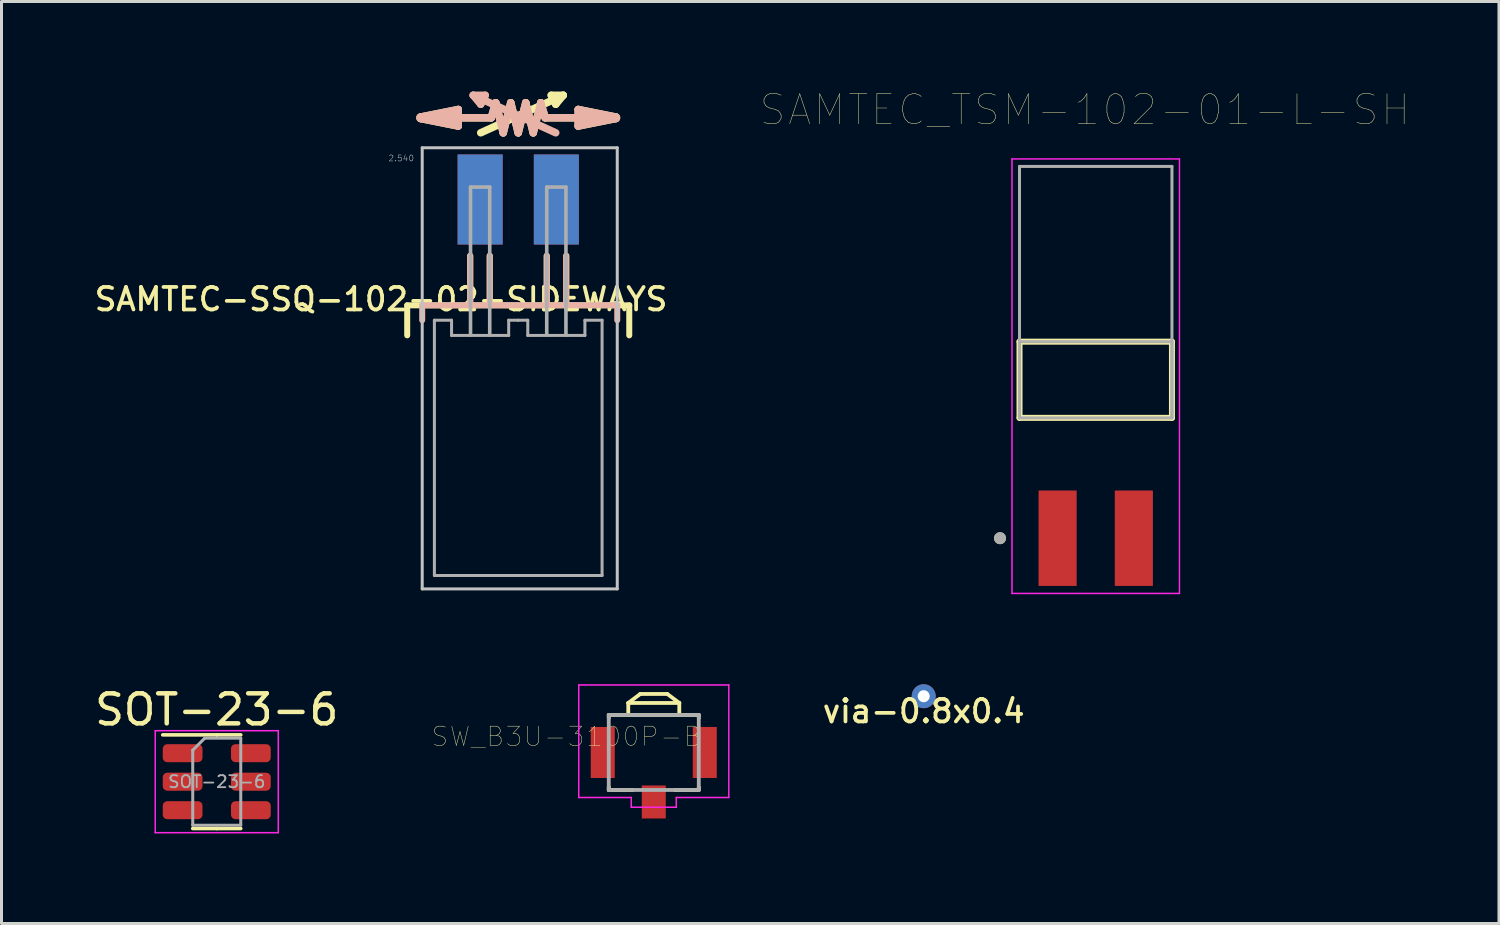
<source format=kicad_pcb>
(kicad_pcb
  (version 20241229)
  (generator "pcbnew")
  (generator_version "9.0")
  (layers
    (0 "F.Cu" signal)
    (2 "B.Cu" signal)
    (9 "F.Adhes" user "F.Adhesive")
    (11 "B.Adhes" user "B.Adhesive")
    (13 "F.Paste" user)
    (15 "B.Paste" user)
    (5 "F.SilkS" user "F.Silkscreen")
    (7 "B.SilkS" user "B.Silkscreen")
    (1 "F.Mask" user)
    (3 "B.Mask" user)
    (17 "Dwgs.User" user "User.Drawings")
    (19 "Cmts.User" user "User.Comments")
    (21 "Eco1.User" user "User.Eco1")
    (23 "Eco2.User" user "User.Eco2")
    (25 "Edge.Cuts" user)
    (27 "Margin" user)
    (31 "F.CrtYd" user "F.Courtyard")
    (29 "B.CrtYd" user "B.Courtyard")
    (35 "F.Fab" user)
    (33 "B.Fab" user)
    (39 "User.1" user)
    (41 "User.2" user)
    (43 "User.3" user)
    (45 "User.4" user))
  (footprint "SAMTEC_TSM-102-01-L-SH"
    (layer "F.Cu")
    (at 33.465 9.606)
    (property "Reference" "SAMTEC_TSM-102-01-L-SH" (at -0.365 -8.995 0) (layer "F.SilkS") (effects (font (size 1 1) (thickness 0.015))))
    (attr through_hole)
    (fp_line (start -2.54 1.27) (end -2.54 -1.27) (stroke (width 0.2) (type solid)) (layer "F.SilkS"))
    (fp_line (start 2.54 -1.27) (end -2.54 -1.27) (stroke (width 0.2) (type solid)) (layer "F.SilkS"))
    (fp_line (start 2.54 -1.27) (end 2.54 1.27) (stroke (width 0.2) (type solid)) (layer "F.SilkS"))
    (fp_line (start 2.54 1.27) (end -2.54 1.27) (stroke (width 0.2) (type solid)) (layer "F.SilkS"))
    (fp_circle (center -3.19 5.28) (end -3.09 5.28) (stroke (width 0.2) (type solid)) (fill no) (layer "F.SilkS"))
    (fp_line (start -2.79 -7.36) (end 2.79 -7.36) (stroke (width 0.05) (type solid)) (layer "F.CrtYd"))
    (fp_line (start -2.79 7.12) (end -2.79 -7.36) (stroke (width 0.05) (type solid)) (layer "F.CrtYd"))
    (fp_line (start 2.79 -7.36) (end 2.79 7.12) (stroke (width 0.05) (type solid)) (layer "F.CrtYd"))
    (fp_line (start 2.79 7.12) (end -2.79 7.12) (stroke (width 0.05) (type solid)) (layer "F.CrtYd"))
    (fp_line (start -2.54 -7.11) (end 2.54 -7.11) (stroke (width 0.1) (type solid)) (layer "F.Fab"))
    (fp_line (start -2.54 -1.27) (end 2.54 -1.27) (stroke (width 0.1) (type solid)) (layer "F.Fab"))
    (fp_line (start -2.54 1.27) (end -2.54 -7.11) (stroke (width 0.1) (type solid)) (layer "F.Fab"))
    (fp_line (start -2.54 1.27) (end -2.54 -1.27) (stroke (width 0.1) (type solid)) (layer "F.Fab"))
    (fp_line (start 2.54 -7.11) (end 2.54 1.27) (stroke (width 0.1) (type solid)) (layer "F.Fab"))
    (fp_line (start 2.54 -1.27) (end 2.54 1.27) (stroke (width 0.1) (type solid)) (layer "F.Fab"))
    (fp_line (start 2.54 1.27) (end -2.54 1.27) (stroke (width 0.1) (type solid)) (layer "F.Fab"))
    (fp_circle (center -3.19 5.28) (end -3.09 5.28) (stroke (width 0.2) (type solid)) (fill no) (layer "F.Fab"))
    (pad "01" smd rect (at -1.27 5.28) (size 1.27 3.18) (layers "F.Cu" "F.Mask" "F.Paste"))
    (pad "02" smd rect (at 1.27 5.28) (size 1.27 3.18) (layers "F.Cu" "F.Mask" "F.Paste")))
  (footprint "SAMTEC-SSQ-102-02-SIDEWAYS"
    (layer "F.Cu")
    (at 14.22 11.875)
    (property "Reference" "SAMTEC-SSQ-102-02-SIDEWAYS" (at -4.572 -4.953 0) (layer "F.SilkS") (effects (font (size 0.75 0.75) (thickness 0.125))))
    (attr through_hole)
    (fp_poly (pts (xy -2.1 -9.8) (xy -0.5 -9.8) (xy -0.5 -6.7) (xy -2.1 -6.7)) (stroke (width 0.01) (type solid)) (fill yes) (layer "F.Mask"))
    (fp_poly (pts (xy 0.5 -9.8) (xy 2.1 -9.8) (xy 2.1 -6.7) (xy 0.5 -6.7)) (stroke (width 0.01) (type solid)) (fill yes) (layer "F.Mask"))
    (fp_poly (pts (xy -2.1 -6.7) (xy -0.5 -6.7) (xy -0.5 -9.8) (xy -2.1 -9.8)) (stroke (width 0.01) (type solid)) (fill yes) (layer "B.Mask"))
    (fp_poly (pts (xy 0.5 -6.7) (xy 2.1 -6.7) (xy 2.1 -9.8) (xy 0.5 -9.8)) (stroke (width 0.01) (type solid)) (fill yes) (layer "B.Mask"))
    (fp_line (start -3.7 -4.75) (end 3.7 -4.75) (stroke (width 0.2) (type solid)) (layer "F.SilkS"))
    (fp_line (start -3.7 -3.75) (end -3.7 -4.75) (stroke (width 0.2) (type solid)) (layer "F.SilkS"))
    (fp_line (start -3.25 -11) (end -2 -11) (stroke (width 0.3) (type solid)) (layer "F.SilkS"))
    (fp_line (start -3.25 -10.975) (end -2 -10.725) (stroke (width 0.25) (type solid)) (layer "F.SilkS"))
    (fp_line (start -2 -11.275) (end -3.25 -11.025) (stroke (width 0.25) (type solid)) (layer "F.SilkS"))
    (fp_line (start -2 -11.275) (end -2 -10.725) (stroke (width 0.25) (type solid)) (layer "F.SilkS"))
    (fp_line (start -2 -11) (end -0.9 -11) (stroke (width 0.25) (type solid)) (layer "F.SilkS"))
    (fp_line (start -1.6 -6.4) (end -1.6 -4.75) (stroke (width 0.2) (type solid)) (layer "F.SilkS"))
    (fp_line (start -1.25 -10.5) (end 1.5 -11.75) (stroke (width 0.25) (type solid)) (layer "F.SilkS"))
    (fp_line (start -0.95 -6.4) (end -0.95 -4.75) (stroke (width 0.2) (type solid)) (layer "F.SilkS"))
    (fp_line (start -0.9 -11) (end -0.75 -11.5) (stroke (width 0.25) (type solid)) (layer "F.SilkS"))
    (fp_line (start -0.75 -11.5) (end -0.5 -10.5) (stroke (width 0.25) (type solid)) (layer "F.SilkS"))
    (fp_line (start -0.5 -10.5) (end -0.25 -11.5) (stroke (width 0.25) (type solid)) (layer "F.SilkS"))
    (fp_line (start -0.25 -11.5) (end 0 -10.5) (stroke (width 0.25) (type solid)) (layer "F.SilkS"))
    (fp_line (start 0 -10.5) (end 0.25 -11.5) (stroke (width 0.25) (type solid)) (layer "F.SilkS"))
    (fp_line (start 0.25 -11.5) (end 0.5 -10.5) (stroke (width 0.25) (type solid)) (layer "F.SilkS"))
    (fp_line (start 0.5 -10.5) (end 0.75 -11.5) (stroke (width 0.25) (type solid)) (layer "F.SilkS"))
    (fp_line (start 0.75 -11.5) (end 0.9 -11) (stroke (width 0.25) (type solid)) (layer "F.SilkS"))
    (fp_line (start 0.9 -11) (end 2 -11) (stroke (width 0.25) (type solid)) (layer "F.SilkS"))
    (fp_line (start 0.95 -6.4) (end 0.95 -4.75) (stroke (width 0.2) (type solid)) (layer "F.SilkS"))
    (fp_line (start 1.1 -11.75) (end 1.25 -11.45) (stroke (width 0.25) (type solid)) (layer "F.SilkS"))
    (fp_line (start 1.1 -11.75) (end 1.5 -11.75) (stroke (width 0.25) (type solid)) (layer "F.SilkS"))
    (fp_line (start 1.5 -11.75) (end 1.25 -11.45) (stroke (width 0.25) (type solid)) (layer "F.SilkS"))
    (fp_line (start 1.6 -6.4) (end 1.6 -4.75) (stroke (width 0.2) (type solid)) (layer "F.SilkS"))
    (fp_line (start 2 -11) (end 3.25 -11) (stroke (width 0.3) (type solid)) (layer "F.SilkS"))
    (fp_line (start 2 -10.725) (end 2 -11.275) (stroke (width 0.25) (type solid)) (layer "F.SilkS"))
    (fp_line (start 2 -10.725) (end 3.25 -10.975) (stroke (width 0.25) (type solid)) (layer "F.SilkS"))
    (fp_line (start 3.25 -11.025) (end 2 -11.275) (stroke (width 0.25) (type solid)) (layer "F.SilkS"))
    (fp_line (start 3.7 -3.75) (end 3.7 -4.75) (stroke (width 0.2) (type solid)) (layer "F.SilkS"))
    (fp_line (start -3.25 -11.025) (end -2 -11.275) (stroke (width 0.25) (type solid)) (layer "B.SilkS"))
    (fp_line (start -3.2 -4.255) (end -3.2 -4.755) (stroke (width 0.2) (type solid)) (layer "B.SilkS"))
    (fp_line (start -2 -11) (end -3.25 -11) (stroke (width 0.3) (type solid)) (layer "B.SilkS"))
    (fp_line (start -2 -10.725) (end -3.25 -10.975) (stroke (width 0.25) (type solid)) (layer "B.SilkS"))
    (fp_line (start -2 -10.725) (end -2 -11.275) (stroke (width 0.25) (type solid)) (layer "B.SilkS"))
    (fp_line (start -1.6 -6.405) (end -1.6 -4.755) (stroke (width 0.2) (type solid)) (layer "B.SilkS"))
    (fp_line (start -1.5 -11.75) (end -1.25 -11.45) (stroke (width 0.25) (type solid)) (layer "B.SilkS"))
    (fp_line (start -1.1 -11.75) (end -1.5 -11.75) (stroke (width 0.25) (type solid)) (layer "B.SilkS"))
    (fp_line (start -1.1 -11.75) (end -1.25 -11.45) (stroke (width 0.25) (type solid)) (layer "B.SilkS"))
    (fp_line (start -0.95 -6.405) (end -0.95 -4.755) (stroke (width 0.2) (type solid)) (layer "B.SilkS"))
    (fp_line (start -0.9 -11) (end -2 -11) (stroke (width 0.25) (type solid)) (layer "B.SilkS"))
    (fp_line (start -0.75 -11.5) (end -0.9 -11) (stroke (width 0.25) (type solid)) (layer "B.SilkS"))
    (fp_line (start -0.5 -10.5) (end -0.75 -11.5) (stroke (width 0.25) (type solid)) (layer "B.SilkS"))
    (fp_line (start -0.25 -11.5) (end -0.5 -10.5) (stroke (width 0.25) (type solid)) (layer "B.SilkS"))
    (fp_line (start 0 -10.5) (end -0.25 -11.5) (stroke (width 0.25) (type solid)) (layer "B.SilkS"))
    (fp_line (start 0.25 -11.5) (end 0 -10.5) (stroke (width 0.25) (type solid)) (layer "B.SilkS"))
    (fp_line (start 0.5 -10.5) (end 0.25 -11.5) (stroke (width 0.25) (type solid)) (layer "B.SilkS"))
    (fp_line (start 0.75 -11.5) (end 0.5 -10.5) (stroke (width 0.25) (type solid)) (layer "B.SilkS"))
    (fp_line (start 0.9 -11) (end 0.75 -11.5) (stroke (width 0.25) (type solid)) (layer "B.SilkS"))
    (fp_line (start 0.95 -6.405) (end 0.95 -4.755) (stroke (width 0.2) (type solid)) (layer "B.SilkS"))
    (fp_line (start 1.25 -10.5) (end -1.5 -11.75) (stroke (width 0.25) (type solid)) (layer "B.SilkS"))
    (fp_line (start 1.6 -6.405) (end 1.6 -4.755) (stroke (width 0.2) (type solid)) (layer "B.SilkS"))
    (fp_line (start 2 -11.275) (end 2 -10.725) (stroke (width 0.25) (type solid)) (layer "B.SilkS"))
    (fp_line (start 2 -11.275) (end 3.25 -11.025) (stroke (width 0.25) (type solid)) (layer "B.SilkS"))
    (fp_line (start 2 -11) (end 0.9 -11) (stroke (width 0.25) (type solid)) (layer "B.SilkS"))
    (fp_line (start 3.25 -11) (end 2 -11) (stroke (width 0.3) (type solid)) (layer "B.SilkS"))
    (fp_line (start 3.25 -10.975) (end 2 -10.725) (stroke (width 0.25) (type solid)) (layer "B.SilkS"))
    (fp_line (start 3.3 -4.755) (end -3.2 -4.75) (stroke (width 0.2) (type solid)) (layer "B.SilkS"))
    (fp_line (start 3.3 -4.255) (end 3.3 -4.755) (stroke (width 0.2) (type solid)) (layer "B.SilkS"))
    (fp_poly (pts (xy -2.1 -9.8) (xy -0.5 -9.8) (xy -0.5 -6.7) (xy -2.1 -6.7)) (stroke (width 0.01) (type solid)) (fill yes) (layer "F.Paste"))
    (fp_poly (pts (xy 0.5 -9.81) (xy 2 -9.8) (xy 2 -6.8) (xy 0.5 -6.8)) (stroke (width 0.01) (type solid)) (fill yes) (layer "F.Paste"))
    (fp_line (start -3.2 -10) (end -3.2 4.7) (stroke (width 0.1) (type solid)) (layer "Dwgs.User"))
    (fp_line (start -3.2 -10) (end 3.3 -10) (stroke (width 0.1) (type solid)) (layer "Dwgs.User"))
    (fp_line (start -3.2 4.7) (end 3.3 4.7) (stroke (width 0.1) (type solid)) (layer "Dwgs.User"))
    (fp_line (start 3.3 4.7) (end 3.3 -10) (stroke (width 0.1) (type solid)) (layer "Dwgs.User"))
    (fp_line (start -2.794 4.254) (end -2.794 -4.254) (stroke (width 0.1) (type solid)) (layer "F.Fab"))
    (fp_line (start -2.222 -4.254) (end -2.794 -4.254) (stroke (width 0.1) (type solid)) (layer "F.Fab"))
    (fp_line (start -2.222 -3.746) (end -2.222 -4.254) (stroke (width 0.1) (type solid)) (layer "F.Fab"))
    (fp_line (start -1.59 -8.69) (end -0.95 -8.69) (stroke (width 0.12) (type solid)) (layer "F.Fab"))
    (fp_line (start -1.59 -3.76) (end -1.59 -8.69) (stroke (width 0.12) (type solid)) (layer "F.Fab"))
    (fp_line (start -0.95 -3.76) (end -0.95 -8.69) (stroke (width 0.12) (type solid)) (layer "F.Fab"))
    (fp_line (start -0.318 -4.254) (end -0.318 -3.746) (stroke (width 0.1) (type solid)) (layer "F.Fab"))
    (fp_line (start -0.318 -3.746) (end -2.222 -3.746) (stroke (width 0.1) (type solid)) (layer "F.Fab"))
    (fp_line (start 0 -4.254) (end -0.318 -4.254) (stroke (width 0.1) (type solid)) (layer "F.Fab"))
    (fp_line (start 0 -4.254) (end 0.318 -4.254) (stroke (width 0.1) (type solid)) (layer "F.Fab"))
    (fp_line (start 0 4.254) (end -2.794 4.254) (stroke (width 0.1) (type solid)) (layer "F.Fab"))
    (fp_line (start 0 4.254) (end 2.794 4.254) (stroke (width 0.1) (type solid)) (layer "F.Fab"))
    (fp_line (start 0.318 -4.254) (end 0.318 -3.746) (stroke (width 0.1) (type solid)) (layer "F.Fab"))
    (fp_line (start 0.318 -3.746) (end 2.222 -3.746) (stroke (width 0.1) (type solid)) (layer "F.Fab"))
    (fp_line (start 0.95 -8.69) (end 1.59 -8.69) (stroke (width 0.12) (type solid)) (layer "F.Fab"))
    (fp_line (start 0.95 -3.76) (end 0.95 -8.69) (stroke (width 0.12) (type solid)) (layer "F.Fab"))
    (fp_line (start 1.59 -3.76) (end 1.59 -8.69) (stroke (width 0.12) (type solid)) (layer "F.Fab"))
    (fp_line (start 2.222 -4.254) (end 2.794 -4.254) (stroke (width 0.1) (type solid)) (layer "F.Fab"))
    (fp_line (start 2.222 -3.746) (end 2.222 -4.254) (stroke (width 0.1) (type solid)) (layer "F.Fab"))
    (fp_line (start 2.794 4.254) (end 2.794 -4.254) (stroke (width 0.1) (type solid)) (layer "F.Fab"))
    (fp_text user "2.540" (at -3.899 -9.652 0) (layer "Dwgs.User") (effects (font (size 0.2 0.2) (thickness 0.015))))
    (pad "1" smd rect (at -1.27 -8.277) (size 1.5 3) (layers "F.Cu" "F.Paste"))
    (pad "2" smd rect (at -1.27 -8.277) (size 1.5 3) (layers "B.Cu" "B.Paste"))
    (pad "3" smd rect (at 1.27 -8.277) (size 1.5 3) (layers "F.Cu" "F.Paste"))
    (pad "4" smd rect (at 1.27 -8.277) (size 1.5 3) (layers "B.Cu" "B.Paste")))
  (footprint "SOT-23-6"
    (layer "F.Cu")
    (at 4.173 23)
    (property "Reference" "SOT-23-6" (at 0 -2.4 0) (layer "F.SilkS") (effects (font (size 1 1) (thickness 0.15))))
    (attr smd)
    (fp_line (start 0 -1.56) (end -1.8 -1.56) (stroke (width 0.12) (type solid)) (layer "F.SilkS"))
    (fp_line (start 0 -1.56) (end 0.8 -1.56) (stroke (width 0.12) (type solid)) (layer "F.SilkS"))
    (fp_line (start 0 1.56) (end -0.8 1.56) (stroke (width 0.12) (type solid)) (layer "F.SilkS"))
    (fp_line (start 0 1.56) (end 0.8 1.56) (stroke (width 0.12) (type solid)) (layer "F.SilkS"))
    (fp_line (start -2.05 -1.7) (end -2.05 1.7) (stroke (width 0.05) (type solid)) (layer "F.CrtYd"))
    (fp_line (start -2.05 1.7) (end 2.05 1.7) (stroke (width 0.05) (type solid)) (layer "F.CrtYd"))
    (fp_line (start 2.05 -1.7) (end -2.05 -1.7) (stroke (width 0.05) (type solid)) (layer "F.CrtYd"))
    (fp_line (start 2.05 1.7) (end 2.05 -1.7) (stroke (width 0.05) (type solid)) (layer "F.CrtYd"))
    (fp_line (start -0.8 -1.05) (end -0.4 -1.45) (stroke (width 0.1) (type solid)) (layer "F.Fab"))
    (fp_line (start -0.8 1.45) (end -0.8 -1.05) (stroke (width 0.1) (type solid)) (layer "F.Fab"))
    (fp_line (start -0.4 -1.45) (end 0.8 -1.45) (stroke (width 0.1) (type solid)) (layer "F.Fab"))
    (fp_line (start 0.8 -1.45) (end 0.8 1.45) (stroke (width 0.1) (type solid)) (layer "F.Fab"))
    (fp_line (start 0.8 1.45) (end -0.8 1.45) (stroke (width 0.1) (type solid)) (layer "F.Fab"))
    (fp_text user "${REFERENCE}" (at 0 0 0) (layer "F.Fab") (effects (font (size 0.4 0.4) (thickness 0.06))))
    (pad "1" smd roundrect (at -1.137 -0.95) (size 1.325 0.6) (layers "F.Cu" "F.Mask" "F.Paste") (roundrect_rratio 0.25))
    (pad "2" smd roundrect (at -1.137 0) (size 1.325 0.6) (layers "F.Cu" "F.Mask" "F.Paste") (roundrect_rratio 0.25))
    (pad "3" smd roundrect (at -1.137 0.95) (size 1.325 0.6) (layers "F.Cu" "F.Mask" "F.Paste") (roundrect_rratio 0.25))
    (pad "4" smd roundrect (at 1.137 0.95) (size 1.325 0.6) (layers "F.Cu" "F.Mask" "F.Paste") (roundrect_rratio 0.25))
    (pad "5" smd roundrect (at 1.137 0) (size 1.325 0.6) (layers "F.Cu" "F.Mask" "F.Paste") (roundrect_rratio 0.25))
    (pad "6" smd roundrect (at 1.137 -0.95) (size 1.325 0.6) (layers "F.Cu" "F.Mask" "F.Paste") (roundrect_rratio 0.25)))
  (footprint "via-0.8x0.4"
    (layer "F.Cu")
    (at 27.732 20.151)
    (property "Reference" "via-0.8x0.4" (at 0 0.5 0) (layer "F.SilkS") (effects (font (size 0.75 0.75) (thickness 0.125))))
    (attr through_hole)
    (pad "1" thru_hole circle (at 0 0) (size 0.8 0.8) (drill 0.4) (layers "*.Cu" "*.Mask")))
  (footprint "SW_B3U-3100P-B"
    (layer "F.Cu")
    (at 18.737 22.026)
    (property "Reference" "SW_B3U-3100P-B" (at -2.907 -0.532 180) (layer "F.SilkS") (effects (font (size 0.64 0.64) (thickness 0.015))))
    (attr through_hole)
    (fp_line (start -1.5 -1.25) (end -0.85 -1.25) (stroke (width 0.127) (type solid)) (layer "F.SilkS"))
    (fp_line (start -1.5 -1.15) (end -1.5 -1.25) (stroke (width 0.127) (type solid)) (layer "F.SilkS"))
    (fp_line (start -1.5 1.15) (end -1.5 1.25) (stroke (width 0.127) (type solid)) (layer "F.SilkS"))
    (fp_line (start -1.5 1.25) (end -0.7 1.25) (stroke (width 0.127) (type solid)) (layer "F.SilkS"))
    (fp_line (start -0.85 -1.65) (end -0.85 -1.25) (stroke (width 0.127) (type solid)) (layer "F.SilkS"))
    (fp_line (start -0.85 -1.65) (end 0.85 -1.65) (stroke (width 0.127) (type solid)) (layer "F.SilkS"))
    (fp_line (start -0.85 -1.25) (end 0.85 -1.25) (stroke (width 0.127) (type solid)) (layer "F.SilkS"))
    (fp_line (start -0.45 -1.95) (end -0.85 -1.65) (stroke (width 0.127) (type solid)) (layer "F.SilkS"))
    (fp_line (start -0.45 -1.95) (end 0.45 -1.95) (stroke (width 0.127) (type solid)) (layer "F.SilkS"))
    (fp_line (start 0.45 -1.95) (end 0.85 -1.65) (stroke (width 0.127) (type solid)) (layer "F.SilkS"))
    (fp_line (start 0.85 -1.65) (end 0.85 -1.25) (stroke (width 0.127) (type solid)) (layer "F.SilkS"))
    (fp_line (start 0.85 -1.25) (end 1.5 -1.25) (stroke (width 0.127) (type solid)) (layer "F.SilkS"))
    (fp_line (start 1.5 -1.25) (end 1.5 -1.15) (stroke (width 0.127) (type solid)) (layer "F.SilkS"))
    (fp_line (start 1.5 1.15) (end 1.5 1.25) (stroke (width 0.127) (type solid)) (layer "F.SilkS"))
    (fp_line (start 1.5 1.25) (end 0.7 1.25) (stroke (width 0.127) (type solid)) (layer "F.SilkS"))
    (fp_line (start -2.5 -2.25) (end 2.5 -2.25) (stroke (width 0.05) (type solid)) (layer "F.CrtYd"))
    (fp_line (start -2.5 1.5) (end -2.5 -2.25) (stroke (width 0.05) (type solid)) (layer "F.CrtYd"))
    (fp_line (start -0.75 1.5) (end -2.5 1.5) (stroke (width 0.05) (type solid)) (layer "F.CrtYd"))
    (fp_line (start -0.75 1.825) (end -0.75 1.5) (stroke (width 0.05) (type solid)) (layer "F.CrtYd"))
    (fp_line (start 0.75 1.5) (end 0.75 1.825) (stroke (width 0.05) (type solid)) (layer "F.CrtYd"))
    (fp_line (start 0.75 1.825) (end -0.75 1.825) (stroke (width 0.05) (type solid)) (layer "F.CrtYd"))
    (fp_line (start 2.5 -2.25) (end 2.5 1.5) (stroke (width 0.05) (type solid)) (layer "F.CrtYd"))
    (fp_line (start 2.5 1.5) (end 0.75 1.5) (stroke (width 0.05) (type solid)) (layer "F.CrtYd"))
    (fp_line (start -1.5 -1.25) (end 1.5 -1.25) (stroke (width 0.127) (type solid)) (layer "F.Fab"))
    (fp_line (start -1.5 1.25) (end -1.5 -1.25) (stroke (width 0.127) (type solid)) (layer "F.Fab"))
    (fp_line (start 1.5 -1.25) (end 1.5 1.25) (stroke (width 0.127) (type solid)) (layer "F.Fab"))
    (fp_line (start 1.5 1.25) (end -1.5 1.25) (stroke (width 0.127) (type solid)) (layer "F.Fab"))
    (pad "1" smd rect (at 1.7 0) (size 0.8 1.7) (layers "F.Cu" "F.Mask" "F.Paste"))
    (pad "2" smd rect (at -1.7 0) (size 0.8 1.7) (layers "F.Cu" "F.Mask" "F.Paste"))
    (pad "3" smd rect (at 0 1.65) (size 0.8 1.1) (layers "F.Cu" "F.Mask" "F.Paste")))
  (gr_rect
    (start -3 -3)
    (end 46.903 27.725)
    (stroke (width 0.1) (type default))
    (fill no)
    (layer "Edge.Cuts")))
</source>
